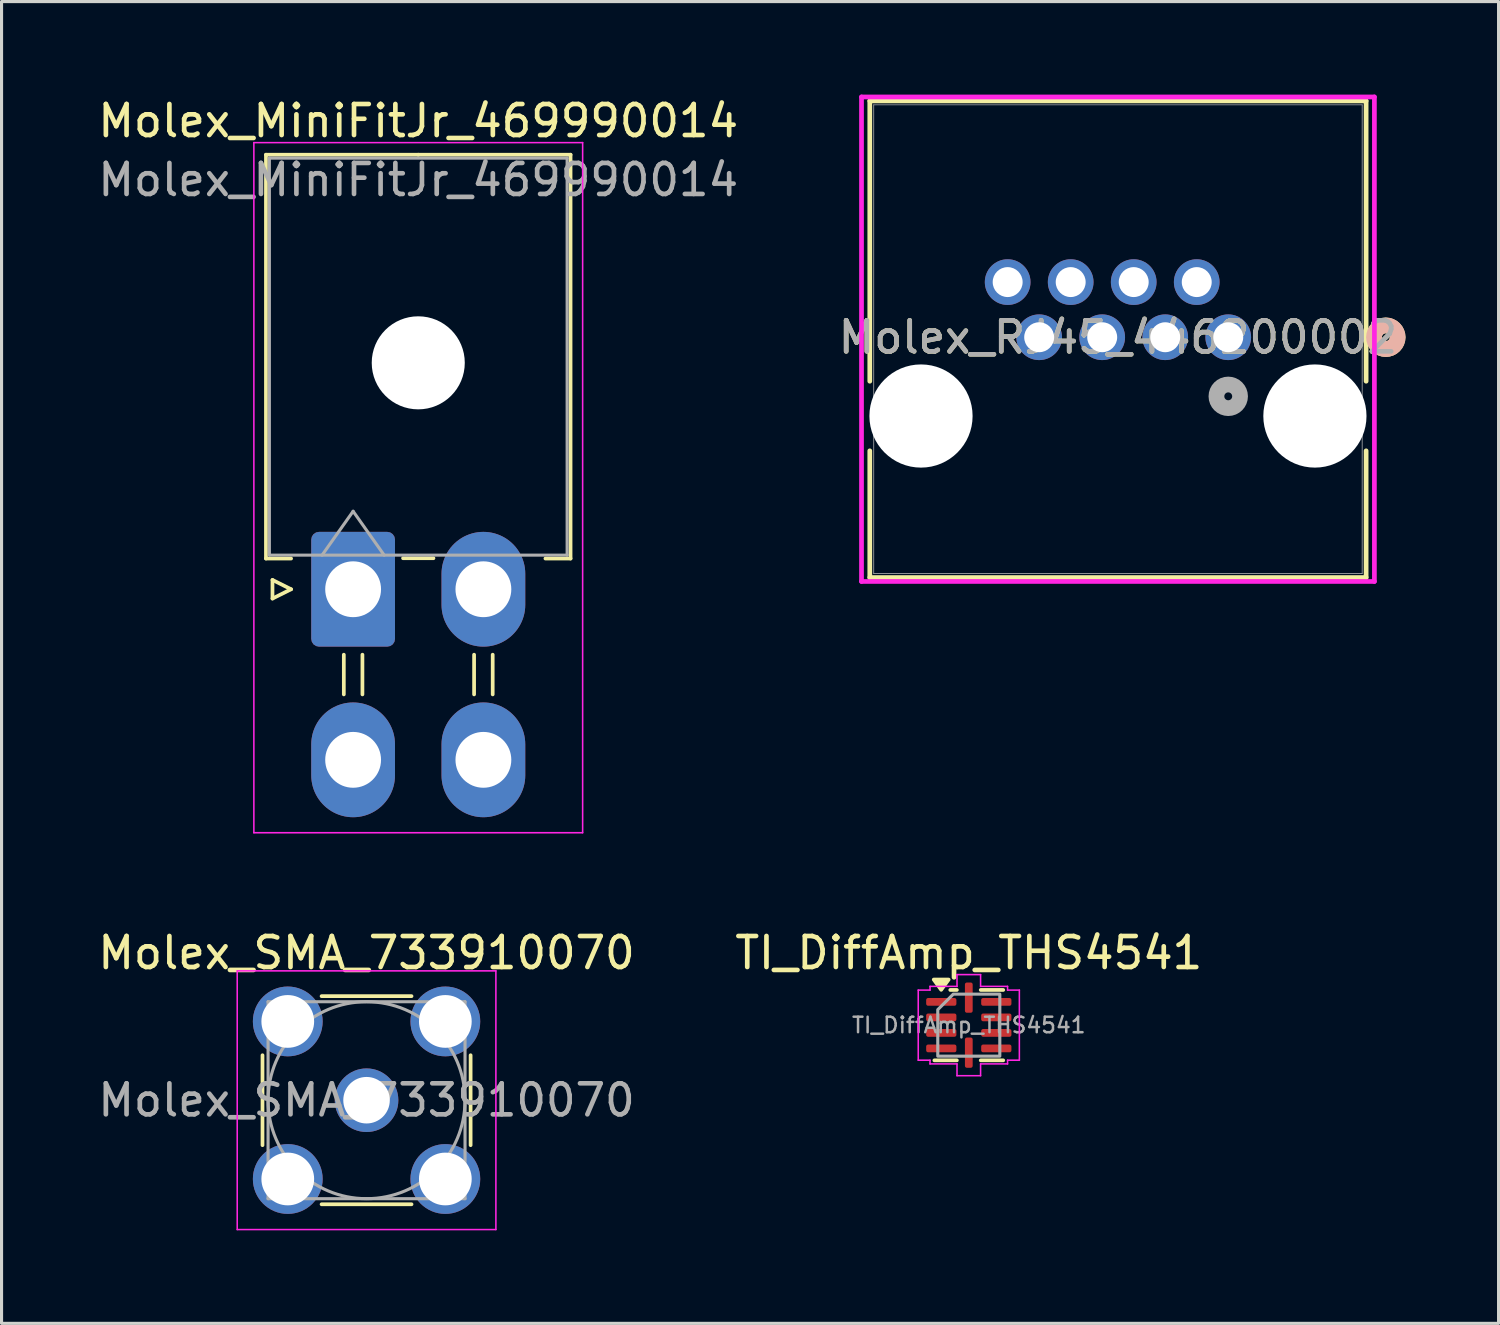
<source format=kicad_pcb>
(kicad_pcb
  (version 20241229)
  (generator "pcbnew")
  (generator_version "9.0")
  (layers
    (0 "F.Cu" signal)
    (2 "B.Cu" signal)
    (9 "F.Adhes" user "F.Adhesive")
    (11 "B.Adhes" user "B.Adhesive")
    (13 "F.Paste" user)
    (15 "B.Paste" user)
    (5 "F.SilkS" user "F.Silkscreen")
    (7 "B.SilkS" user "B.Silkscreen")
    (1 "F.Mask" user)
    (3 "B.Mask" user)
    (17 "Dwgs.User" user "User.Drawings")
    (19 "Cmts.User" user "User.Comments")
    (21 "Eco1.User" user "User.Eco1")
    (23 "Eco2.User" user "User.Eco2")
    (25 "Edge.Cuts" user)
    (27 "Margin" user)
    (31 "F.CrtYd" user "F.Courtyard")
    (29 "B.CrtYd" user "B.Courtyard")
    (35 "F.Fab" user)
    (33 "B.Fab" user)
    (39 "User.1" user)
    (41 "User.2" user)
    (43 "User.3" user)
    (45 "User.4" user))
  (footprint "TI_DiffAmp_THS4541"
    (layer "F.Cu")
    (at 28.185 30.002)
    (property "Reference" "TI_DiffAmp_THS4541" (at 0 -2.33 0) (layer "F.SilkS") (effects (font (size 1 1) (thickness 0.15))))
    (attr smd)
    (fp_line (start -0.597 -1.135) (end -0.385 -1.135) (stroke (width 0.12) (type solid)) (layer "F.SilkS"))
    (fp_line (start -0.385 1.135) (end -1.11 1.135) (stroke (width 0.12) (type solid)) (layer "F.SilkS"))
    (fp_line (start 0.385 -1.135) (end 1.11 -1.135) (stroke (width 0.12) (type solid)) (layer "F.SilkS"))
    (fp_line (start 1.11 1.135) (end 0.385 1.135) (stroke (width 0.12) (type solid)) (layer "F.SilkS"))
    (fp_poly (pts (xy -0.89 -1.14) (xy -1.13 -1.47) (xy -0.65 -1.47)) (stroke (width 0.12) (type solid)) (fill yes) (layer "F.SilkS"))
    (fp_line (start -1.63 -1.13) (end -1.25 -1.13) (stroke (width 0.05) (type solid)) (layer "F.CrtYd"))
    (fp_line (start -1.63 1.13) (end -1.63 -1.13) (stroke (width 0.05) (type solid)) (layer "F.CrtYd"))
    (fp_line (start -1.25 -1.25) (end -0.38 -1.25) (stroke (width 0.05) (type solid)) (layer "F.CrtYd"))
    (fp_line (start -1.25 -1.13) (end -1.25 -1.25) (stroke (width 0.05) (type solid)) (layer "F.CrtYd"))
    (fp_line (start -1.25 1.13) (end -1.63 1.13) (stroke (width 0.05) (type solid)) (layer "F.CrtYd"))
    (fp_line (start -1.25 1.25) (end -1.25 1.13) (stroke (width 0.05) (type solid)) (layer "F.CrtYd"))
    (fp_line (start -0.38 -1.63) (end 0.38 -1.63) (stroke (width 0.05) (type solid)) (layer "F.CrtYd"))
    (fp_line (start -0.38 -1.25) (end -0.38 -1.63) (stroke (width 0.05) (type solid)) (layer "F.CrtYd"))
    (fp_line (start -0.38 1.25) (end -1.25 1.25) (stroke (width 0.05) (type solid)) (layer "F.CrtYd"))
    (fp_line (start -0.38 1.63) (end -0.38 1.25) (stroke (width 0.05) (type solid)) (layer "F.CrtYd"))
    (fp_line (start 0.38 -1.63) (end 0.38 -1.25) (stroke (width 0.05) (type solid)) (layer "F.CrtYd"))
    (fp_line (start 0.38 -1.25) (end 1.25 -1.25) (stroke (width 0.05) (type solid)) (layer "F.CrtYd"))
    (fp_line (start 0.38 1.25) (end 0.38 1.63) (stroke (width 0.05) (type solid)) (layer "F.CrtYd"))
    (fp_line (start 0.38 1.63) (end -0.38 1.63) (stroke (width 0.05) (type solid)) (layer "F.CrtYd"))
    (fp_line (start 1.25 -1.25) (end 1.25 -1.13) (stroke (width 0.05) (type solid)) (layer "F.CrtYd"))
    (fp_line (start 1.25 -1.13) (end 1.63 -1.13) (stroke (width 0.05) (type solid)) (layer "F.CrtYd"))
    (fp_line (start 1.25 1.13) (end 1.25 1.25) (stroke (width 0.05) (type solid)) (layer "F.CrtYd"))
    (fp_line (start 1.25 1.25) (end 0.38 1.25) (stroke (width 0.05) (type solid)) (layer "F.CrtYd"))
    (fp_line (start 1.63 -1.13) (end 1.63 1.13) (stroke (width 0.05) (type solid)) (layer "F.CrtYd"))
    (fp_line (start 1.63 1.13) (end 1.25 1.13) (stroke (width 0.05) (type solid)) (layer "F.CrtYd"))
    (fp_poly (pts (xy -1 -0.5) (xy -1 1) (xy 1 1) (xy 1 -1) (xy -0.5 -1)) (stroke (width 0.1) (type solid)) (fill no) (layer "F.Fab"))
    (fp_text user "${REFERENCE}" (at 0 0 0) (layer "F.Fab") (effects (font (size 0.5 0.5) (thickness 0.08))))
    (pad "1" smd roundrect (at -0.887 -0.75) (size 0.975 0.25) (layers "F.Cu" "F.Mask" "F.Paste") (roundrect_rratio 0.25))
    (pad "2" smd roundrect (at -0.887 -0.25) (size 0.975 0.25) (layers "F.Cu" "F.Mask" "F.Paste") (roundrect_rratio 0.25))
    (pad "3" smd roundrect (at -0.887 0.25) (size 0.975 0.25) (layers "F.Cu" "F.Mask" "F.Paste") (roundrect_rratio 0.25))
    (pad "4" smd roundrect (at -0.887 0.75) (size 0.975 0.25) (layers "F.Cu" "F.Mask" "F.Paste") (roundrect_rratio 0.25))
    (pad "5" smd roundrect (at 0 0.887) (size 0.25 0.975) (layers "F.Cu" "F.Mask" "F.Paste") (roundrect_rratio 0.25))
    (pad "6" smd roundrect (at 0.887 0.75) (size 0.975 0.25) (layers "F.Cu" "F.Mask" "F.Paste") (roundrect_rratio 0.25))
    (pad "7" smd roundrect (at 0.887 0.25) (size 0.975 0.25) (layers "F.Cu" "F.Mask" "F.Paste") (roundrect_rratio 0.25))
    (pad "8" smd roundrect (at 0.887 -0.25) (size 0.975 0.25) (layers "F.Cu" "F.Mask" "F.Paste") (roundrect_rratio 0.25))
    (pad "9" smd roundrect (at 0.887 -0.75) (size 0.975 0.25) (layers "F.Cu" "F.Mask" "F.Paste") (roundrect_rratio 0.25))
    (pad "10" smd roundrect (at 0 -0.887) (size 0.25 0.975) (layers "F.Cu" "F.Mask" "F.Paste") (roundrect_rratio 0.25)))
  (footprint "Molex_RJ45_446200002"
    (layer "F.Cu")
    (at 36.55 7.823)
    (property "Reference" "Molex_RJ45_446200002" (at -3.556 0 0) (unlocked yes) (layer "F.SilkS") (effects (font (size 1 1) (thickness 0.15))))
    (attr through_hole)
    (fp_line (start -11.557 -7.62) (end -11.557 1.418) (stroke (width 0.152) (type solid)) (layer "F.SilkS"))
    (fp_line (start -11.557 3.662) (end -11.557 7.747) (stroke (width 0.152) (type solid)) (layer "F.SilkS"))
    (fp_line (start -11.557 7.747) (end 4.445 7.747) (stroke (width 0.152) (type solid)) (layer "F.SilkS"))
    (fp_line (start 4.445 -7.62) (end -11.557 -7.62) (stroke (width 0.152) (type solid)) (layer "F.SilkS"))
    (fp_line (start 4.445 1.418) (end 4.445 -7.62) (stroke (width 0.152) (type solid)) (layer "F.SilkS"))
    (fp_line (start 4.445 7.747) (end 4.445 3.662) (stroke (width 0.152) (type solid)) (layer "F.SilkS"))
    (fp_circle (center 5.08 0) (end 5.461 0) (stroke (width 0.508) (type solid)) (fill no) (layer "F.SilkS"))
    (fp_circle (center 5.08 0) (end 5.461 0) (stroke (width 0.508) (type solid)) (fill no) (layer "B.SilkS"))
    (fp_line (start -11.824 -7.747) (end -11.824 7.874) (stroke (width 0.152) (type solid)) (layer "F.CrtYd"))
    (fp_line (start -11.824 7.874) (end 4.712 7.874) (stroke (width 0.152) (type solid)) (layer "F.CrtYd"))
    (fp_line (start 4.712 -7.747) (end -11.824 -7.747) (stroke (width 0.152) (type solid)) (layer "F.CrtYd"))
    (fp_line (start 4.712 7.874) (end 4.712 -7.747) (stroke (width 0.152) (type solid)) (layer "F.CrtYd"))
    (fp_line (start -11.43 -7.493) (end -11.43 7.62) (stroke (width 0.025) (type solid)) (layer "F.Fab"))
    (fp_line (start -11.43 7.62) (end 4.318 7.62) (stroke (width 0.025) (type solid)) (layer "F.Fab"))
    (fp_line (start 4.318 -7.493) (end -11.43 -7.493) (stroke (width 0.025) (type solid)) (layer "F.Fab"))
    (fp_line (start 4.318 7.62) (end 4.318 -7.493) (stroke (width 0.025) (type solid)) (layer "F.Fab"))
    (fp_circle (center 0 1.905) (end 0.381 1.905) (stroke (width 0.508) (type solid)) (fill no) (layer "F.Fab"))
    (fp_text user "${REFERENCE}" (at -3.556 0 0) (unlocked yes) (layer "F.Fab") (effects (font (size 1 1) (thickness 0.15))))
    (pad "" np_thru_hole circle (at -9.906 2.54 90) (size 3.327 3.327) (drill 3.327) (layers "*.Cu" "*.Mask"))
    (pad "" np_thru_hole circle (at 2.794 2.54 90) (size 3.327 3.327) (drill 3.327) (layers "*.Cu" "*.Mask"))
    (pad "1" thru_hole circle (at 0 0) (size 1.473 1.473) (drill 0.965) (layers "*.Cu" "*.Mask"))
    (pad "2" thru_hole circle (at -1.016 -1.778) (size 1.473 1.473) (drill 0.965) (layers "*.Cu" "*.Mask"))
    (pad "3" thru_hole circle (at -2.032 0) (size 1.473 1.473) (drill 0.965) (layers "*.Cu" "*.Mask"))
    (pad "4" thru_hole circle (at -3.048 -1.778) (size 1.473 1.473) (drill 0.965) (layers "*.Cu" "*.Mask"))
    (pad "5" thru_hole circle (at -4.064 0) (size 1.473 1.473) (drill 0.965) (layers "*.Cu" "*.Mask"))
    (pad "6" thru_hole circle (at -5.08 -1.778) (size 1.473 1.473) (drill 0.965) (layers "*.Cu" "*.Mask"))
    (pad "7" thru_hole circle (at -6.096 0) (size 1.473 1.473) (drill 0.965) (layers "*.Cu" "*.Mask"))
    (pad "8" thru_hole circle (at -7.112 -1.778) (size 1.473 1.473) (drill 0.965) (layers "*.Cu" "*.Mask")))
  (footprint "Molex_SMA_733910070"
    (layer "F.Cu")
    (at 8.768 32.422)
    (property "Reference" "Molex_SMA_733910070" (at 0 -4.75 0) (layer "F.SilkS") (effects (font (size 1 1) (thickness 0.15))))
    (attr through_hole)
    (fp_line (start -3.355 -1.45) (end -3.355 1.45) (stroke (width 0.12) (type solid)) (layer "F.SilkS"))
    (fp_line (start -1.45 -3.355) (end 1.45 -3.355) (stroke (width 0.12) (type solid)) (layer "F.SilkS"))
    (fp_line (start -1.45 3.355) (end 1.45 3.355) (stroke (width 0.12) (type solid)) (layer "F.SilkS"))
    (fp_line (start 3.355 -1.45) (end 3.355 1.45) (stroke (width 0.12) (type solid)) (layer "F.SilkS"))
    (fp_line (start -4.17 -4.17) (end -4.17 4.17) (stroke (width 0.05) (type solid)) (layer "F.CrtYd"))
    (fp_line (start -4.17 -4.17) (end 4.17 -4.17) (stroke (width 0.05) (type solid)) (layer "F.CrtYd"))
    (fp_line (start 4.17 4.17) (end -4.17 4.17) (stroke (width 0.05) (type solid)) (layer "F.CrtYd"))
    (fp_line (start 4.17 4.17) (end 4.17 -4.17) (stroke (width 0.05) (type solid)) (layer "F.CrtYd"))
    (fp_line (start -3.175 -3.175) (end -3.175 3.175) (stroke (width 0.1) (type solid)) (layer "F.Fab"))
    (fp_line (start -3.175 -3.175) (end 3.175 -3.175) (stroke (width 0.1) (type solid)) (layer "F.Fab"))
    (fp_line (start -3.175 3.175) (end 3.175 3.175) (stroke (width 0.1) (type solid)) (layer "F.Fab"))
    (fp_line (start 3.175 -3.175) (end 3.175 3.175) (stroke (width 0.1) (type solid)) (layer "F.Fab"))
    (fp_circle (center 0 0) (end 3.175 0) (stroke (width 0.1) (type solid)) (fill no) (layer "F.Fab"))
    (fp_text user "${REFERENCE}" (at 0 0 0) (layer "F.Fab") (effects (font (size 1 1) (thickness 0.15))))
    (pad "1" thru_hole circle (at 0 0) (size 2.05 2.05) (drill 1.5) (layers "*.Cu" "*.Mask"))
    (pad "2" thru_hole circle (at -2.54 -2.54) (size 2.25 2.25) (drill 1.7) (layers "*.Cu" "*.Mask"))
    (pad "2" thru_hole circle (at -2.54 2.54) (size 2.25 2.25) (drill 1.7) (layers "*.Cu" "*.Mask"))
    (pad "2" thru_hole circle (at 2.54 -2.54) (size 2.25 2.25) (drill 1.7) (layers "*.Cu" "*.Mask"))
    (pad "2" thru_hole circle (at 2.54 2.54) (size 2.25 2.25) (drill 1.7) (layers "*.Cu" "*.Mask")))
  (footprint "Molex_MiniFitJr_469990014"
    (layer "F.Cu")
    (at 8.335 15.948)
    (property "Reference" "Molex_MiniFitJr_469990014" (at 2.1 -15.1 0) (layer "F.SilkS") (effects (font (size 1 1) (thickness 0.15))))
    (attr through_hole)
    (fp_line (start -2.81 -14.01) (end 2.1 -14.01) (stroke (width 0.12) (type solid)) (layer "F.SilkS"))
    (fp_line (start -2.81 -0.99) (end -2.81 -14.01) (stroke (width 0.12) (type solid)) (layer "F.SilkS"))
    (fp_line (start -2.6 -0.3) (end -2 0) (stroke (width 0.12) (type solid)) (layer "F.SilkS"))
    (fp_line (start -2.6 0.3) (end -2.6 -0.3) (stroke (width 0.12) (type solid)) (layer "F.SilkS"))
    (fp_line (start -2 -0.99) (end -2.81 -0.99) (stroke (width 0.12) (type solid)) (layer "F.SilkS"))
    (fp_line (start -2 0) (end -2.6 0.3) (stroke (width 0.12) (type solid)) (layer "F.SilkS"))
    (fp_line (start -0.3 2.11) (end -0.3 3.39) (stroke (width 0.12) (type solid)) (layer "F.SilkS"))
    (fp_line (start 0.3 2.11) (end 0.3 3.39) (stroke (width 0.12) (type solid)) (layer "F.SilkS"))
    (fp_line (start 1.61 -1) (end 2.59 -1) (stroke (width 0.12) (type solid)) (layer "F.SilkS"))
    (fp_line (start 3.9 2.11) (end 3.9 3.39) (stroke (width 0.12) (type solid)) (layer "F.SilkS"))
    (fp_line (start 4.5 2.11) (end 4.5 3.39) (stroke (width 0.12) (type solid)) (layer "F.SilkS"))
    (fp_line (start 6.2 -0.99) (end 7.01 -0.99) (stroke (width 0.12) (type solid)) (layer "F.SilkS"))
    (fp_line (start 7.01 -14.01) (end 2.1 -14.01) (stroke (width 0.12) (type solid)) (layer "F.SilkS"))
    (fp_line (start 7.01 -0.99) (end 7.01 -14.01) (stroke (width 0.12) (type solid)) (layer "F.SilkS"))
    (fp_line (start -3.2 -14.4) (end -3.2 7.85) (stroke (width 0.05) (type solid)) (layer "F.CrtYd"))
    (fp_line (start -3.2 7.85) (end 7.4 7.85) (stroke (width 0.05) (type solid)) (layer "F.CrtYd"))
    (fp_line (start 7.4 -14.4) (end -3.2 -14.4) (stroke (width 0.05) (type solid)) (layer "F.CrtYd"))
    (fp_line (start 7.4 7.85) (end 7.4 -14.4) (stroke (width 0.05) (type solid)) (layer "F.CrtYd"))
    (fp_line (start -2.7 -13.9) (end -2.7 -1.1) (stroke (width 0.1) (type solid)) (layer "F.Fab"))
    (fp_line (start -2.7 -1.1) (end 6.9 -1.1) (stroke (width 0.1) (type solid)) (layer "F.Fab"))
    (fp_line (start -1 -1.1) (end 0 -2.514) (stroke (width 0.1) (type solid)) (layer "F.Fab"))
    (fp_line (start 0 -2.514) (end 1 -1.1) (stroke (width 0.1) (type solid)) (layer "F.Fab"))
    (fp_line (start 6.9 -13.9) (end -2.7 -13.9) (stroke (width 0.1) (type solid)) (layer "F.Fab"))
    (fp_line (start 6.9 -1.1) (end 6.9 -13.9) (stroke (width 0.1) (type solid)) (layer "F.Fab"))
    (fp_text user "${REFERENCE}" (at 2.1 -13.2 0) (layer "F.Fab") (effects (font (size 1 1) (thickness 0.15))))
    (pad "" np_thru_hole circle (at 2.1 -7.3) (size 3 3) (drill 3) (layers "*.Cu" "*.Mask"))
    (pad "1" thru_hole roundrect (at 0 0) (size 2.7 3.7) (drill 1.8) (layers "*.Cu" "*.Mask") (roundrect_rratio 0.093))
    (pad "2" thru_hole oval (at 4.2 0) (size 2.7 3.7) (drill 1.8) (layers "*.Cu" "*.Mask"))
    (pad "3" thru_hole oval (at 0 5.5) (size 2.7 3.7) (drill 1.8) (layers "*.Cu" "*.Mask"))
    (pad "4" thru_hole oval (at 4.2 5.5) (size 2.7 3.7) (drill 1.8) (layers "*.Cu" "*.Mask")))
  (gr_rect
    (start -3 -3)
    (end 45.265 39.617)
    (stroke (width 0.1) (type default))
    (fill no)
    (layer "Edge.Cuts")))
</source>
